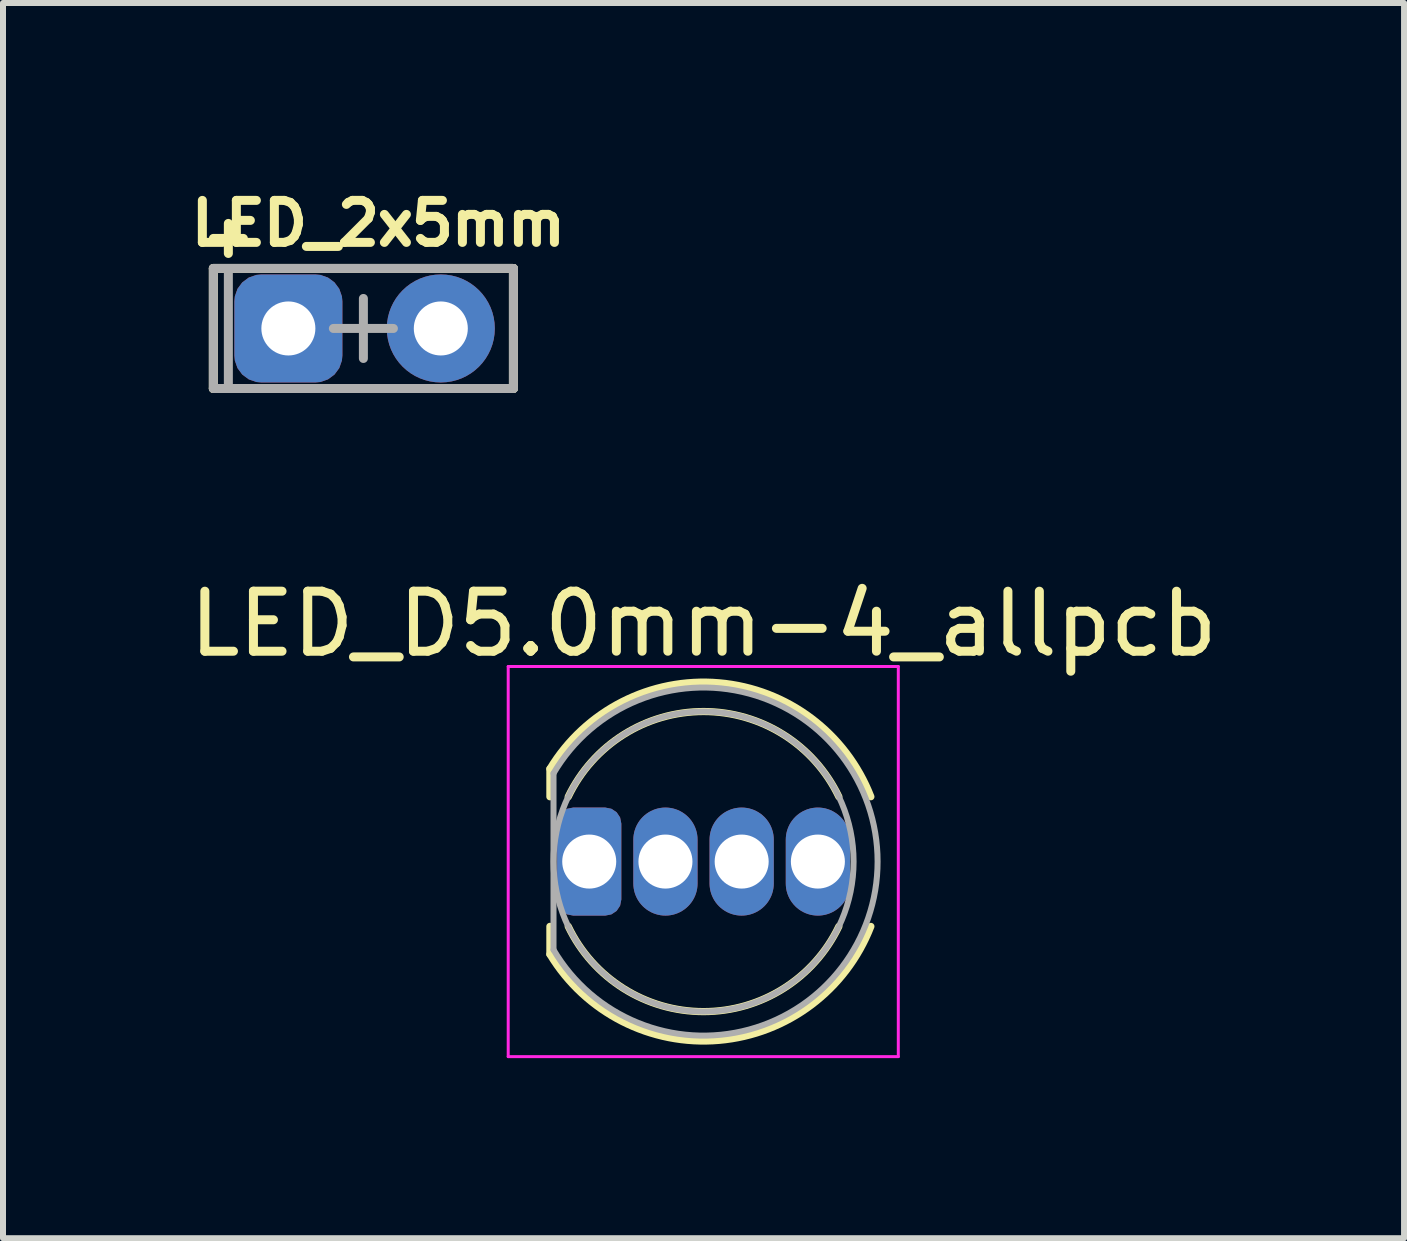
<source format=kicad_pcb>
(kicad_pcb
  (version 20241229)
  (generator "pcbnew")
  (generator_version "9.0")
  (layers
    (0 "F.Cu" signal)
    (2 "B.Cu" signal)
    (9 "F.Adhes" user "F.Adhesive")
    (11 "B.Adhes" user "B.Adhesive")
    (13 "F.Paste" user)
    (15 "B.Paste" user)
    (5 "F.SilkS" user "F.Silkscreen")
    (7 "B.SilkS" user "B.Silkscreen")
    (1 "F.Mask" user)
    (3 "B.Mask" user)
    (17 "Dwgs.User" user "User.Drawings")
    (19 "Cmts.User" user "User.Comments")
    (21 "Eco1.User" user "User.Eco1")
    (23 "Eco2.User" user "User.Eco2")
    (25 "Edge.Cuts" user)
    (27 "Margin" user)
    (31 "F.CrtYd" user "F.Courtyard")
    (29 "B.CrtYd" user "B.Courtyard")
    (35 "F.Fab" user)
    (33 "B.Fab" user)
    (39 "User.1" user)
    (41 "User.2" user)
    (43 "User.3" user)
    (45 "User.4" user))
  (footprint "LED_D5.0mm-4_allpcb"
    (layer "F.Cu")
    (at 6.768 11.306)
    (property "Reference" "LED_D5.0mm-4_allpcb" (at 1.905 -3.96 0) (layer "F.SilkS") (effects (font (size 1 1) (thickness 0.15))))
    (attr through_hole)
    (fp_line (start -0.655 -1.545) (end -0.655 -1.08) (stroke (width 0.12) (type solid)) (layer "F.SilkS"))
    (fp_line (start -0.655 1.08) (end -0.655 1.545) (stroke (width 0.12) (type solid)) (layer "F.SilkS"))
    (fp_arc (start -0.655 -1.54483) (mid 2.163456 -2.978809) (end 4.692815 -1.080827) (stroke (width 0.12) (type solid)) (layer "F.SilkS"))
    (fp_arc (start -0.349684 -1.08) (mid 1.904762 -2.5) (end 4.159479 -1.080429) (stroke (width 0.12) (type solid)) (layer "F.SilkS"))
    (fp_arc (start 4.159479 1.080429) (mid 1.904762 2.5) (end -0.349684 1.08) (stroke (width 0.12) (type solid)) (layer "F.SilkS"))
    (fp_arc (start 4.692815 1.080827) (mid 2.163456 2.978808) (end -0.655 1.54483) (stroke (width 0.12) (type solid)) (layer "F.SilkS"))
    (fp_line (start -1.35 -3.25) (end -1.35 3.25) (stroke (width 0.05) (type solid)) (layer "F.CrtYd"))
    (fp_line (start -1.35 3.25) (end 5.15 3.25) (stroke (width 0.05) (type solid)) (layer "F.CrtYd"))
    (fp_line (start 5.15 -3.25) (end -1.35 -3.25) (stroke (width 0.05) (type solid)) (layer "F.CrtYd"))
    (fp_line (start 5.15 3.25) (end 5.15 -3.25) (stroke (width 0.05) (type solid)) (layer "F.CrtYd"))
    (fp_line (start -0.595 -1.47) (end -0.595 1.47) (stroke (width 0.1) (type solid)) (layer "F.Fab"))
    (fp_arc (start -0.595 -1.469694) (mid 4.805 0.000016) (end -0.595016 1.469666) (stroke (width 0.1) (type solid)) (layer "F.Fab"))
    (fp_circle (center 1.905 0) (end 4.405 0) (stroke (width 0.1) (type solid)) (fill no) (layer "F.Fab"))
    (pad "1" thru_hole roundrect (at 0 0) (size 1.07 1.8) (drill 0.9) (layers "*.Cu" "*.Mask") (roundrect_rratio 0.25))
    (pad "2" thru_hole oval (at 1.27 0) (size 1.07 1.8) (drill 0.9) (layers "*.Cu" "*.Mask"))
    (pad "3" thru_hole oval (at 2.54 0) (size 1.07 1.8) (drill 0.9) (layers "*.Cu" "*.Mask"))
    (pad "4" thru_hole oval (at 3.81 0) (size 1.07 1.8) (drill 0.9) (layers "*.Cu" "*.Mask")))
  (footprint "LED_2x5mm"
    (layer "F.Cu")
    (at 3.005 2.423)
    (property "Reference" "LED_2x5mm" (at 0.25 -1.75 0) (layer "F.SilkS") (effects (font (size 0.7 0.7) (thickness 0.15))))
    (attr through_hole)
    (fp_line (start -2.5 -1.5) (end -2 -1.5) (stroke (width 0.15) (type solid)) (layer "F.SilkS"))
    (fp_line (start -2.5 -1) (end 2.5 -1) (stroke (width 0.15) (type solid)) (layer "F.SilkS"))
    (fp_line (start -2.5 1) (end -2.5 -1) (stroke (width 0.15) (type solid)) (layer "F.SilkS"))
    (fp_line (start -2.25 -1.75) (end -2.25 -1.25) (stroke (width 0.15) (type solid)) (layer "F.SilkS"))
    (fp_line (start 2.5 -1) (end 2.5 1) (stroke (width 0.15) (type solid)) (layer "F.SilkS"))
    (fp_line (start 2.5 1) (end -2.5 1) (stroke (width 0.15) (type solid)) (layer "F.SilkS"))
    (fp_line (start -2.5 -1) (end -2.5 1) (stroke (width 0.15) (type solid)) (layer "F.Fab"))
    (fp_line (start -2.5 -1) (end 2.5 -1) (stroke (width 0.15) (type solid)) (layer "F.Fab"))
    (fp_line (start -2.25 -1) (end -2.25 1) (stroke (width 0.15) (type solid)) (layer "F.Fab"))
    (fp_line (start -0.5 0) (end 0.5 0) (stroke (width 0.15) (type solid)) (layer "F.Fab"))
    (fp_line (start 0 -0.5) (end 0 0.5) (stroke (width 0.15) (type solid)) (layer "F.Fab"))
    (fp_line (start 2.5 -1) (end 2.5 1) (stroke (width 0.15) (type solid)) (layer "F.Fab"))
    (fp_line (start 2.5 1) (end -2.5 1) (stroke (width 0.15) (type solid)) (layer "F.Fab"))
    (pad "1" thru_hole roundrect (at -1.25 0) (size 1.8 1.8) (drill 0.9) (layers "*.Cu" "*.Mask") (roundrect_rratio 0.25))
    (pad "2" thru_hole circle (at 1.29 0) (size 1.8 1.8) (drill 0.9) (layers "*.Cu" "*.Mask")))
  (gr_rect
    (start -3 -3)
    (end 20.345 17.581)
    (stroke (width 0.1) (type default))
    (fill no)
    (layer "Edge.Cuts")))
</source>
